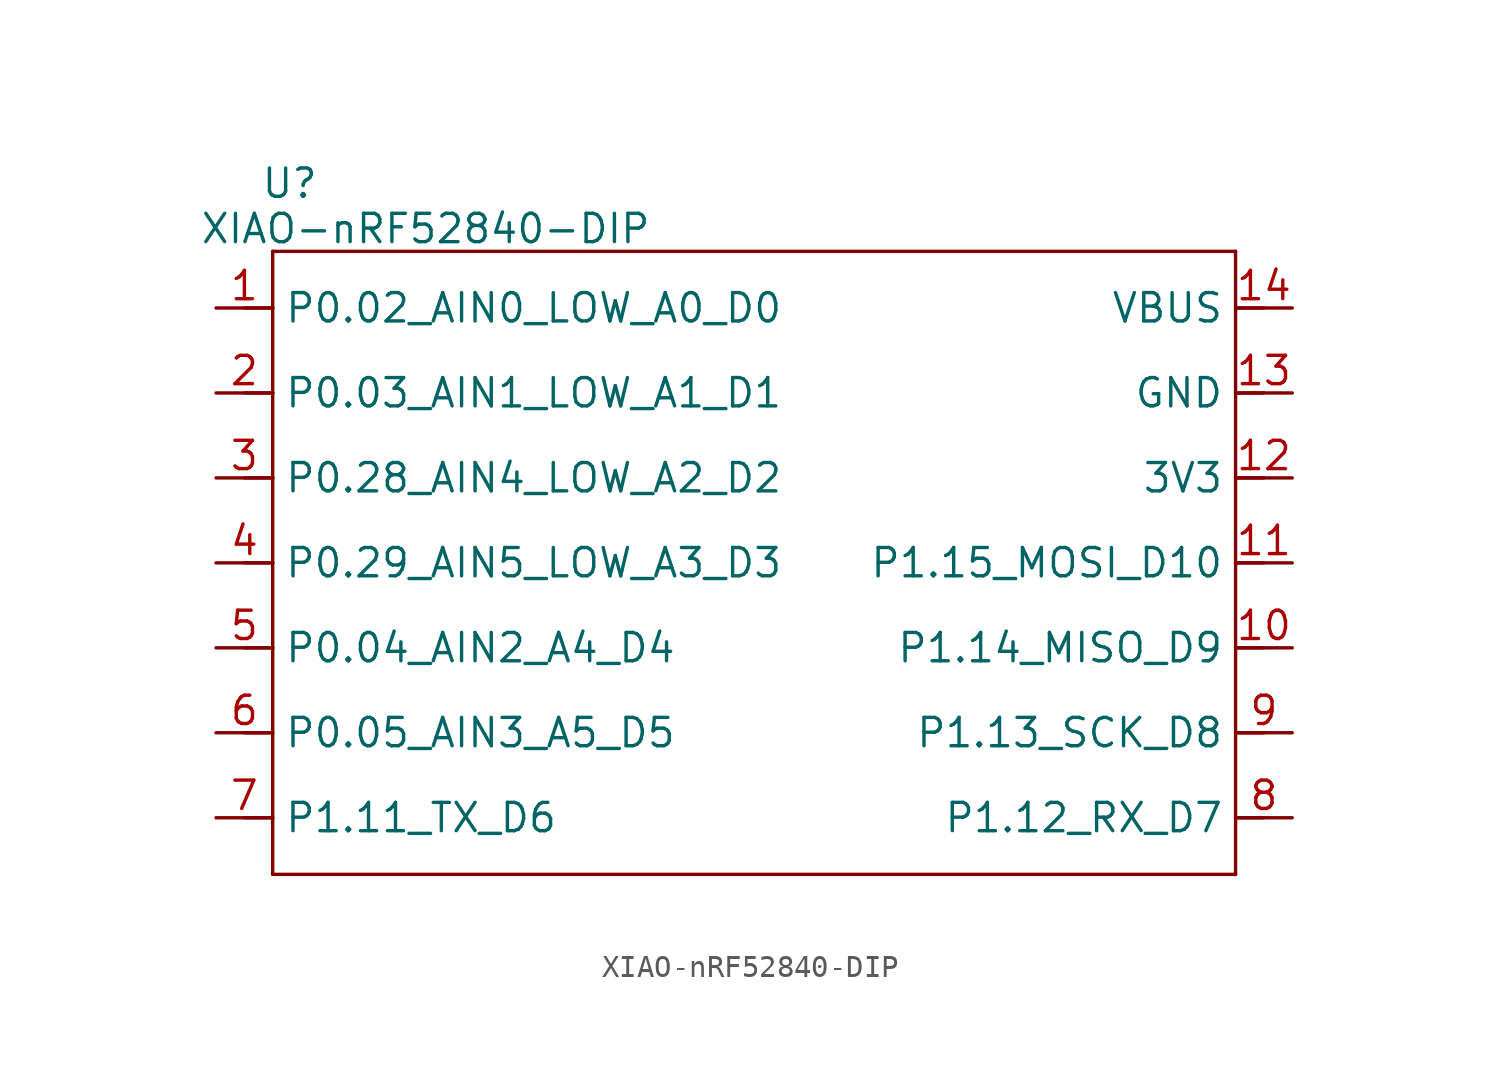
<source format=kicad_sym>
(kicad_symbol_lib
  (version 20241209)
  (generator "kicad_symbol_editor")
  (generator_version "9.0")
  (symbol "XIAO-nRF52840-DIP"
    (property "Reference" "U"
      (at -3.048 1.778 0)
      (effects (font (size 1.27 1.27))))
    (property "Value" "XIAO-nRF52840-DIP"
      (at 3.048 -0.254 0)
      (effects (font (size 1.27 1.27))))
    (symbol "XIAO-nRF52840-DIP_1_0"
      (polyline (pts (xy -3.81 -1.27) (xy 39.37 -1.27)) (stroke (width 0.152) (type solid)) (fill (type none)))
      (polyline (pts (xy -3.81 -3.81) (xy -5.08 -3.81)) (stroke (width 0.152) (type solid)) (fill (type none)))
      (polyline (pts (xy -3.81 -3.81) (xy -3.81 -1.27)) (stroke (width 0.152) (type solid)) (fill (type none)))
      (polyline (pts (xy -3.81 -7.62) (xy -5.08 -7.62)) (stroke (width 0.152) (type solid)) (fill (type none)))
      (polyline (pts (xy -3.81 -7.62) (xy -3.81 -3.81)) (stroke (width 0.152) (type solid)) (fill (type none)))
      (polyline (pts (xy -3.81 -11.43) (xy -5.08 -11.43)) (stroke (width 0.152) (type solid)) (fill (type none)))
      (polyline (pts (xy -3.81 -11.43) (xy -3.81 -7.62)) (stroke (width 0.152) (type solid)) (fill (type none)))
      (polyline (pts (xy -3.81 -15.24) (xy -5.08 -15.24)) (stroke (width 0.152) (type solid)) (fill (type none)))
      (polyline (pts (xy -3.81 -15.24) (xy -3.81 -11.43)) (stroke (width 0.152) (type solid)) (fill (type none)))
      (polyline (pts (xy -3.81 -19.05) (xy -5.08 -19.05)) (stroke (width 0.152) (type solid)) (fill (type none)))
      (polyline (pts (xy -3.81 -22.86) (xy -5.08 -22.86)) (stroke (width 0.152) (type solid)) (fill (type none)))
      (polyline (pts (xy -3.81 -26.67) (xy -5.08 -26.67)) (stroke (width 0.152) (type solid)) (fill (type none)))
      (polyline (pts (xy -3.81 -29.21) (xy -3.81 -15.24)) (stroke (width 0.152) (type solid)) (fill (type none)))
      (polyline (pts (xy 39.37 -1.27) (xy 39.37 -3.81)) (stroke (width 0.152) (type solid)) (fill (type none)))
      (polyline (pts (xy 39.37 -3.81) (xy 39.37 -7.62)) (stroke (width 0.152) (type solid)) (fill (type none)))
      (polyline (pts (xy 39.37 -7.62) (xy 39.37 -11.43)) (stroke (width 0.152) (type solid)) (fill (type none)))
      (polyline (pts (xy 39.37 -11.43) (xy 39.37 -29.21)) (stroke (width 0.152) (type solid)) (fill (type none)))
      (polyline (pts (xy 39.37 -29.21) (xy -3.81 -29.21)) (stroke (width 0.152) (type solid)) (fill (type none)))
      (polyline (pts (xy 40.64 -3.81) (xy 39.37 -3.81)) (stroke (width 0.152) (type solid)) (fill (type none)))
      (polyline (pts (xy 40.64 -7.62) (xy 39.37 -7.62)) (stroke (width 0.152) (type solid)) (fill (type none)))
      (polyline (pts (xy 40.64 -11.43) (xy 39.37 -11.43)) (stroke (width 0.152) (type solid)) (fill (type none)))
      (polyline (pts (xy 40.64 -15.24) (xy 39.37 -15.24)) (stroke (width 0.152) (type solid)) (fill (type none)))
      (polyline (pts (xy 40.64 -19.05) (xy 39.37 -19.05)) (stroke (width 0.152) (type solid)) (fill (type none)))
      (polyline (pts (xy 40.64 -22.86) (xy 39.37 -22.86)) (stroke (width 0.152) (type solid)) (fill (type none)))
      (polyline (pts (xy 40.64 -26.67) (xy 39.37 -26.67)) (stroke (width 0.152) (type solid)) (fill (type none)))
      (pin passive line (at -6.35 -3.81 0) (length 2.54) (name "P0.02_AIN0_LOW_A0_D0" (effects (font (size 1.27 1.27)))) (number "1" (effects (font (size 1.27 1.27)))))
      (pin passive line (at -6.35 -7.62 0) (length 2.54) (name "P0.03_AIN1_LOW_A1_D1" (effects (font (size 1.27 1.27)))) (number "2" (effects (font (size 1.27 1.27)))))
      (pin passive line (at -6.35 -11.43 0) (length 2.54) (name "P0.28_AIN4_LOW_A2_D2" (effects (font (size 1.27 1.27)))) (number "3" (effects (font (size 1.27 1.27)))))
      (pin passive line (at -6.35 -15.24 0) (length 2.54) (name "P0.29_AIN5_LOW_A3_D3" (effects (font (size 1.27 1.27)))) (number "4" (effects (font (size 1.27 1.27)))))
      (pin passive line (at -6.35 -19.05 0) (length 2.54) (name "P0.04_AIN2_A4_D4" (effects (font (size 1.27 1.27)))) (number "5" (effects (font (size 1.27 1.27)))))
      (pin passive line (at -6.35 -22.86 0) (length 2.54) (name "P0.05_AIN3_A5_D5" (effects (font (size 1.27 1.27)))) (number "6" (effects (font (size 1.27 1.27)))))
      (pin passive line (at -6.35 -26.67 0) (length 2.54) (name "P1.11_TX_D6" (effects (font (size 1.27 1.27)))) (number "7" (effects (font (size 1.27 1.27)))))
      (pin passive line (at 41.91 -3.81 180) (length 2.54) (name "VBUS" (effects (font (size 1.27 1.27)))) (number "14" (effects (font (size 1.27 1.27)))))
      (pin passive line (at 41.91 -7.62 180) (length 2.54) (name "GND" (effects (font (size 1.27 1.27)))) (number "13" (effects (font (size 1.27 1.27)))))
      (pin passive line (at 41.91 -11.43 180) (length 2.54) (name "3V3" (effects (font (size 1.27 1.27)))) (number "12" (effects (font (size 1.27 1.27)))))
      (pin passive line (at 41.91 -15.24 180) (length 2.54) (name "P1.15_MOSI_D10" (effects (font (size 1.27 1.27)))) (number "11" (effects (font (size 1.27 1.27)))))
      (pin passive line (at 41.91 -19.05 180) (length 2.54) (name "P1.14_MISO_D9" (effects (font (size 1.27 1.27)))) (number "10" (effects (font (size 1.27 1.27)))))
      (pin passive line (at 41.91 -22.86 180) (length 2.54) (name "P1.13_SCK_D8" (effects (font (size 1.27 1.27)))) (number "9" (effects (font (size 1.27 1.27)))))
      (pin passive line (at 41.91 -26.67 180) (length 2.54) (name "P1.12_RX_D7" (effects (font (size 1.27 1.27)))) (number "8" (effects (font (size 1.27 1.27))))))))
</source>
